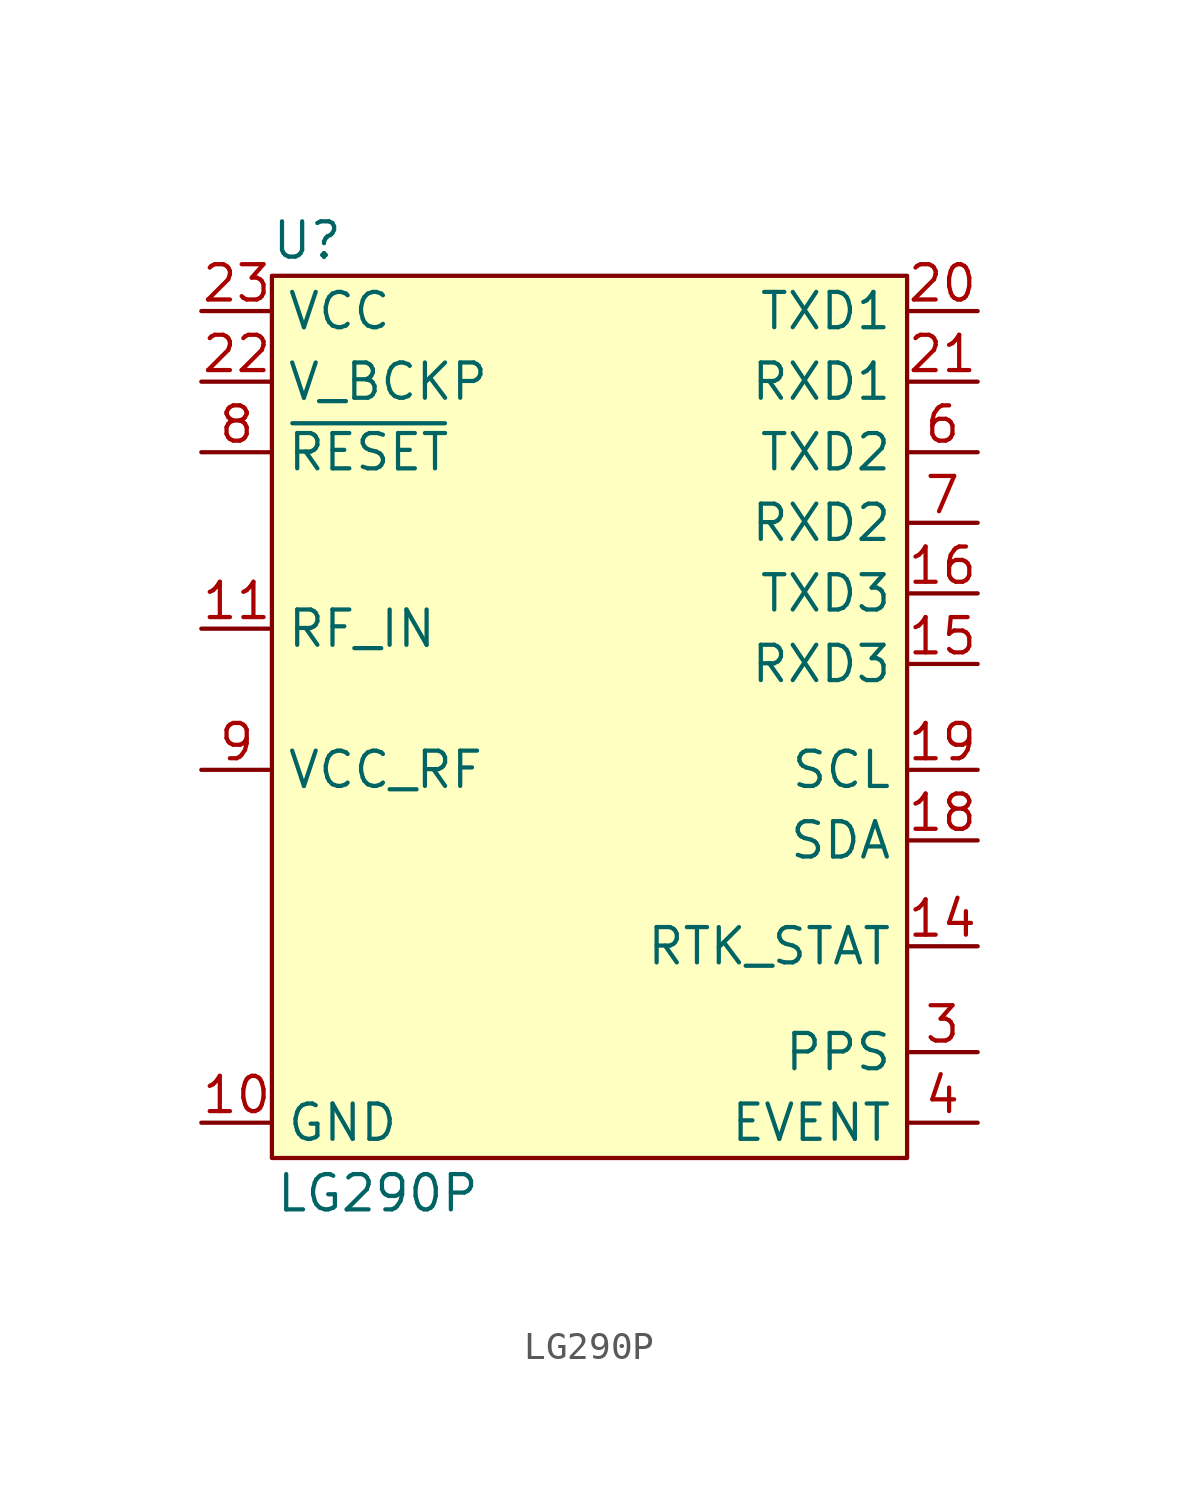
<source format=kicad_sym>
(kicad_symbol_lib
  (version 20231120)
  (generator "kicad_symbol_editor")
  (generator_version "8.0")
  (symbol "LG290P"
    (property "Reference" "U"
      (at -10.16 16.51 0)
      (effects (font (size 1.27 1.27))))
    (property "Value" "LG290P"
      (at -7.62 -17.78 0)
      (effects (font (size 1.27 1.27))))
    (symbol "LG290P_1_1"
      (rectangle (start -11.43 15.24) (end 11.43 -16.51) (stroke (width 0) (type default)) (fill (type background)))
      (pin no_connect line (at -13.97 -6.35 0) (length 2.54) hide (name "NC" (effects (font (size 1.27 1.27)))) (number "1" (effects (font (size 1.27 1.27)))))
      (pin power_in line (at -13.97 -15.24 0) (length 2.54) (name "GND" (effects (font (size 1.27 1.27)))) (number "10" (effects (font (size 1.27 1.27)))) (alternate "PowerPins" input line))
      (pin input line (at -13.97 2.54 0) (length 2.54) (name "RF_IN" (effects (font (size 1.27 1.27)))) (number "11" (effects (font (size 1.27 1.27)))))
      (pin power_in line (at -13.97 -15.24 0) (length 2.54) hide (name "GND" (effects (font (size 1.27 1.27)))) (number "12" (effects (font (size 1.27 1.27)))))
      (pin power_in line (at -13.97 -15.24 0) (length 2.54) hide (name "GND" (effects (font (size 1.27 1.27)))) (number "13" (effects (font (size 1.27 1.27)))))
      (pin output line (at 13.97 -8.89 180) (length 2.54) (name "RTK_STAT" (effects (font (size 1.27 1.27)))) (number "14" (effects (font (size 1.27 1.27)))))
      (pin input line (at 13.97 1.27 180) (length 2.54) (name "RXD3" (effects (font (size 1.27 1.27)))) (number "15" (effects (font (size 1.27 1.27)))))
      (pin output line (at 13.97 3.81 180) (length 2.54) (name "TXD3" (effects (font (size 1.27 1.27)))) (number "16" (effects (font (size 1.27 1.27)))))
      (pin no_connect line (at -13.97 -7.62 0) (length 2.54) hide (name "NC" (effects (font (size 1.27 1.27)))) (number "17" (effects (font (size 1.27 1.27)))))
      (pin bidirectional line (at 13.97 -5.08 180) (length 2.54) (name "SDA" (effects (font (size 1.27 1.27)))) (number "18" (effects (font (size 1.27 1.27)))))
      (pin bidirectional line (at 13.97 -2.54 180) (length 2.54) (name "SCL" (effects (font (size 1.27 1.27)))) (number "19" (effects (font (size 1.27 1.27)))))
      (pin no_connect line (at -13.97 -5.08 0) (length 2.54) hide (name "NC" (effects (font (size 1.27 1.27)))) (number "2" (effects (font (size 1.27 1.27)))))
      (pin output line (at 13.97 13.97 180) (length 2.54) (name "TXD1" (effects (font (size 1.27 1.27)))) (number "20" (effects (font (size 1.27 1.27)))))
      (pin input line (at 13.97 11.43 180) (length 2.54) (name "RXD1" (effects (font (size 1.27 1.27)))) (number "21" (effects (font (size 1.27 1.27)))))
      (pin power_in line (at -13.97 11.43 0) (length 2.54) (name "V_BCKP" (effects (font (size 1.27 1.27)))) (number "22" (effects (font (size 1.27 1.27)))))
      (pin power_in line (at -13.97 13.97 0) (length 2.54) (name "VCC" (effects (font (size 1.27 1.27)))) (number "23" (effects (font (size 1.27 1.27)))))
      (pin power_in line (at -13.97 -15.24 0) (length 2.54) hide (name "GND" (effects (font (size 1.27 1.27)))) (number "24" (effects (font (size 1.27 1.27)))))
      (pin power_in line (at -13.97 -15.24 0) (length 2.54) hide (name "GND" (effects (font (size 1.27 1.27)))) (number "25" (effects (font (size 1.27 1.27)))))
      (pin output line (at 13.97 -12.7 180) (length 2.54) (name "PPS" (effects (font (size 1.27 1.27)))) (number "3" (effects (font (size 1.27 1.27)))))
      (pin input line (at 13.97 -15.24 180) (length 2.54) (name "EVENT" (effects (font (size 1.27 1.27)))) (number "4" (effects (font (size 1.27 1.27)))))
      (pin no_connect line (at -13.97 -8.89 0) (length 2.54) hide (name "NC" (effects (font (size 1.27 1.27)))) (number "5" (effects (font (size 1.27 1.27)))))
      (pin output line (at 13.97 8.89 180) (length 2.54) (name "TXD2" (effects (font (size 1.27 1.27)))) (number "6" (effects (font (size 1.27 1.27)))))
      (pin input line (at 13.97 6.35 180) (length 2.54) (name "RXD2" (effects (font (size 1.27 1.27)))) (number "7" (effects (font (size 1.27 1.27)))))
      (pin input line (at -13.97 8.89 0) (length 2.54) (name "~{RESET}" (effects (font (size 1.27 1.27)))) (number "8" (effects (font (size 1.27 1.27)))))
      (pin power_out line (at -13.97 -2.54 0) (length 2.54) (name "VCC_RF" (effects (font (size 1.27 1.27)))) (number "9" (effects (font (size 1.27 1.27))))))))
</source>
